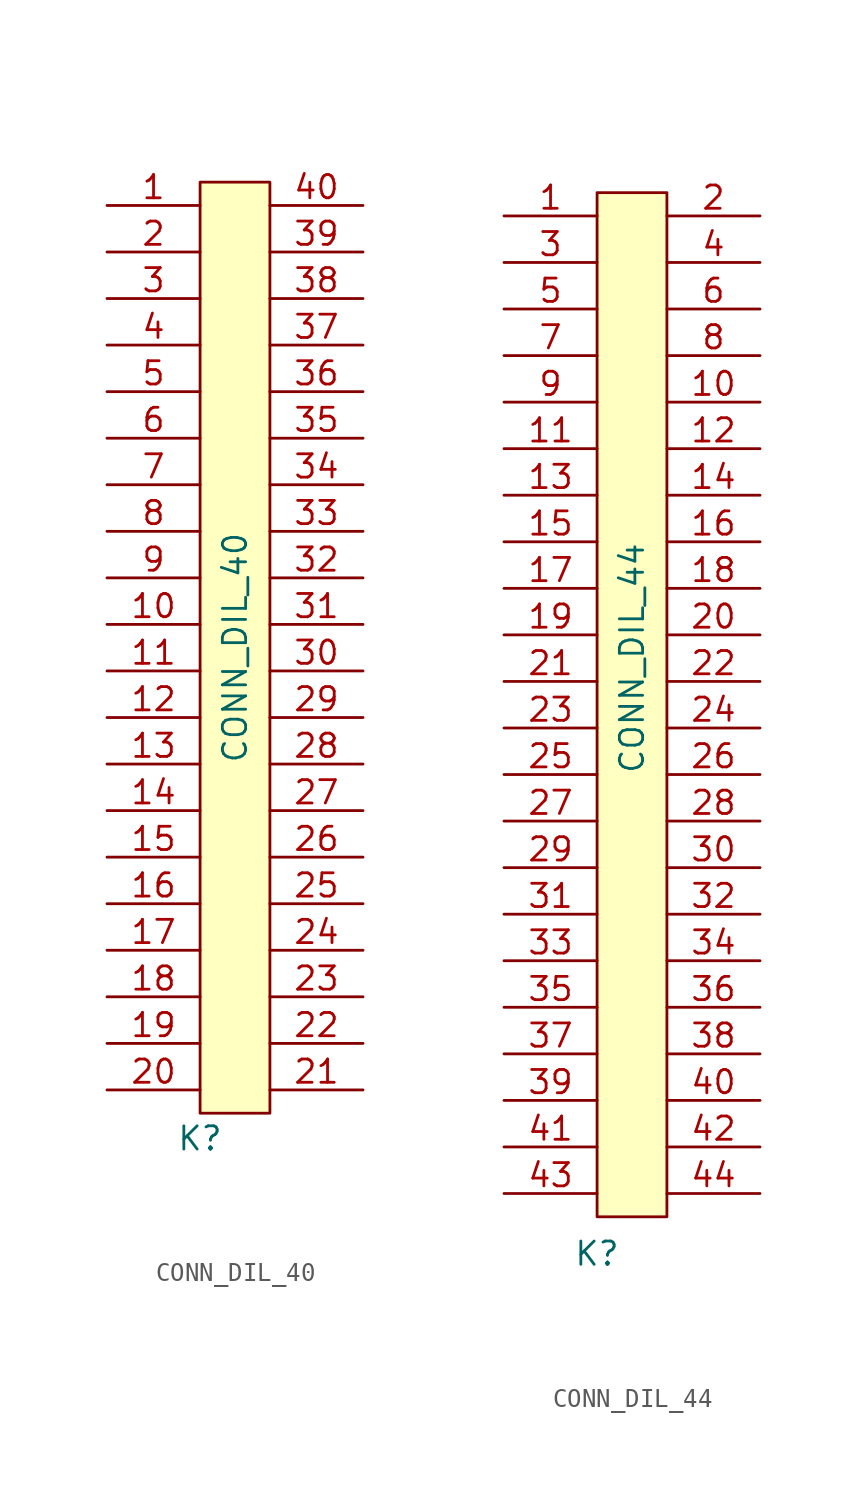
<source format=kicad_sym>
(kicad_symbol_lib
  (version 20211014)
  (generator kicad_symbol_editor)
  (symbol "CONN_DIL_40"
    (pin_names
      (offset 1.016) hide)
    (property "Reference" "K"
      (at 1.27 -50.165 0)
      (effects (font (size 1.27 1.27)) (justify right top)))
    (property "Value" "CONN_DIL_40"
      (at 1.905 -24.13 90)
      (effects (font (size 1.27 1.27))))
    (symbol "CONN_DIL_40_0_1"
      (rectangle (start 0 1.27) (end 3.81 -49.53) (stroke (width 0) (type default) (color 0 0 0 0)) (fill (type background))))
    (symbol "CONN_DIL_40_1_1"
      (pin passive line (at -5.08 0 0) (length 5.08) (name "~" (effects (font (size 1.27 1.27)))) (number "1" (effects (font (size 1.27 1.27)))))
      (pin passive line (at -5.08 -22.86 0) (length 5.08) (name "~" (effects (font (size 1.27 1.27)))) (number "10" (effects (font (size 1.27 1.27)))))
      (pin passive line (at -5.08 -25.4 0) (length 5.08) (name "~" (effects (font (size 1.27 1.27)))) (number "11" (effects (font (size 1.27 1.27)))))
      (pin passive line (at -5.08 -27.94 0) (length 5.08) (name "~" (effects (font (size 1.27 1.27)))) (number "12" (effects (font (size 1.27 1.27)))))
      (pin passive line (at -5.08 -30.48 0) (length 5.08) (name "~" (effects (font (size 1.27 1.27)))) (number "13" (effects (font (size 1.27 1.27)))))
      (pin passive line (at -5.08 -33.02 0) (length 5.08) (name "~" (effects (font (size 1.27 1.27)))) (number "14" (effects (font (size 1.27 1.27)))))
      (pin passive line (at -5.08 -35.56 0) (length 5.08) (name "~" (effects (font (size 1.27 1.27)))) (number "15" (effects (font (size 1.27 1.27)))))
      (pin passive line (at -5.08 -38.1 0) (length 5.08) (name "~" (effects (font (size 1.27 1.27)))) (number "16" (effects (font (size 1.27 1.27)))))
      (pin passive line (at -5.08 -40.64 0) (length 5.08) (name "~" (effects (font (size 1.27 1.27)))) (number "17" (effects (font (size 1.27 1.27)))))
      (pin passive line (at -5.08 -43.18 0) (length 5.08) (name "~" (effects (font (size 1.27 1.27)))) (number "18" (effects (font (size 1.27 1.27)))))
      (pin passive line (at -5.08 -45.72 0) (length 5.08) (name "~" (effects (font (size 1.27 1.27)))) (number "19" (effects (font (size 1.27 1.27)))))
      (pin passive line (at -5.08 -2.54 0) (length 5.08) (name "~" (effects (font (size 1.27 1.27)))) (number "2" (effects (font (size 1.27 1.27)))))
      (pin passive line (at -5.08 -48.26 0) (length 5.08) (name "~" (effects (font (size 1.27 1.27)))) (number "20" (effects (font (size 1.27 1.27)))))
      (pin passive line (at 8.89 -48.26 180) (length 5.08) (name "~" (effects (font (size 1.27 1.27)))) (number "21" (effects (font (size 1.27 1.27)))))
      (pin passive line (at 8.89 -45.72 180) (length 5.08) (name "~" (effects (font (size 1.27 1.27)))) (number "22" (effects (font (size 1.27 1.27)))))
      (pin passive line (at 8.89 -43.18 180) (length 5.08) (name "~" (effects (font (size 1.27 1.27)))) (number "23" (effects (font (size 1.27 1.27)))))
      (pin passive line (at 8.89 -40.64 180) (length 5.08) (name "~" (effects (font (size 1.27 1.27)))) (number "24" (effects (font (size 1.27 1.27)))))
      (pin passive line (at 8.89 -38.1 180) (length 5.08) (name "~" (effects (font (size 1.27 1.27)))) (number "25" (effects (font (size 1.27 1.27)))))
      (pin passive line (at 8.89 -35.56 180) (length 5.08) (name "~" (effects (font (size 1.27 1.27)))) (number "26" (effects (font (size 1.27 1.27)))))
      (pin passive line (at 8.89 -33.02 180) (length 5.08) (name "~" (effects (font (size 1.27 1.27)))) (number "27" (effects (font (size 1.27 1.27)))))
      (pin passive line (at 8.89 -30.48 180) (length 5.08) (name "~" (effects (font (size 1.27 1.27)))) (number "28" (effects (font (size 1.27 1.27)))))
      (pin passive line (at 8.89 -27.94 180) (length 5.08) (name "~" (effects (font (size 1.27 1.27)))) (number "29" (effects (font (size 1.27 1.27)))))
      (pin passive line (at -5.08 -5.08 0) (length 5.08) (name "~" (effects (font (size 1.27 1.27)))) (number "3" (effects (font (size 1.27 1.27)))))
      (pin passive line (at 8.89 -25.4 180) (length 5.08) (name "~" (effects (font (size 1.27 1.27)))) (number "30" (effects (font (size 1.27 1.27)))))
      (pin passive line (at 8.89 -22.86 180) (length 5.08) (name "~" (effects (font (size 1.27 1.27)))) (number "31" (effects (font (size 1.27 1.27)))))
      (pin passive line (at 8.89 -20.32 180) (length 5.08) (name "~" (effects (font (size 1.27 1.27)))) (number "32" (effects (font (size 1.27 1.27)))))
      (pin passive line (at 8.89 -17.78 180) (length 5.08) (name "~" (effects (font (size 1.27 1.27)))) (number "33" (effects (font (size 1.27 1.27)))))
      (pin passive line (at 8.89 -15.24 180) (length 5.08) (name "~" (effects (font (size 1.27 1.27)))) (number "34" (effects (font (size 1.27 1.27)))))
      (pin passive line (at 8.89 -12.7 180) (length 5.08) (name "~" (effects (font (size 1.27 1.27)))) (number "35" (effects (font (size 1.27 1.27)))))
      (pin passive line (at 8.89 -10.16 180) (length 5.08) (name "~" (effects (font (size 1.27 1.27)))) (number "36" (effects (font (size 1.27 1.27)))))
      (pin passive line (at 8.89 -7.62 180) (length 5.08) (name "~" (effects (font (size 1.27 1.27)))) (number "37" (effects (font (size 1.27 1.27)))))
      (pin passive line (at 8.89 -5.08 180) (length 5.08) (name "~" (effects (font (size 1.27 1.27)))) (number "38" (effects (font (size 1.27 1.27)))))
      (pin passive line (at 8.89 -2.54 180) (length 5.08) (name "~" (effects (font (size 1.27 1.27)))) (number "39" (effects (font (size 1.27 1.27)))))
      (pin passive line (at -5.08 -7.62 0) (length 5.08) (name "~" (effects (font (size 1.27 1.27)))) (number "4" (effects (font (size 1.27 1.27)))))
      (pin passive line (at 8.89 0 180) (length 5.08) (name "~" (effects (font (size 1.27 1.27)))) (number "40" (effects (font (size 1.27 1.27)))))
      (pin passive line (at -5.08 -10.16 0) (length 5.08) (name "~" (effects (font (size 1.27 1.27)))) (number "5" (effects (font (size 1.27 1.27)))))
      (pin passive line (at -5.08 -12.7 0) (length 5.08) (name "~" (effects (font (size 1.27 1.27)))) (number "6" (effects (font (size 1.27 1.27)))))
      (pin passive line (at -5.08 -15.24 0) (length 5.08) (name "~" (effects (font (size 1.27 1.27)))) (number "7" (effects (font (size 1.27 1.27)))))
      (pin passive line (at -5.08 -17.78 0) (length 5.08) (name "~" (effects (font (size 1.27 1.27)))) (number "8" (effects (font (size 1.27 1.27)))))
      (pin passive line (at -5.08 -20.32 0) (length 5.08) (name "~" (effects (font (size 1.27 1.27)))) (number "9" (effects (font (size 1.27 1.27)))))))
  (symbol "CONN_DIL_44"
    (pin_names
      (offset 1.016) hide)
    (property "Reference" "K"
      (at 1.27 -55.88 0)
      (effects (font (size 1.27 1.27)) (justify right top)))
    (property "Value" "CONN_DIL_44"
      (at 1.905 -24.13 90)
      (effects (font (size 1.27 1.27))))
    (symbol "CONN_DIL_44_0_1"
      (rectangle (start 0 1.27) (end 3.81 -54.61) (stroke (width 0) (type default) (color 0 0 0 0)) (fill (type background))))
    (symbol "CONN_DIL_44_1_1"
      (pin passive line (at -5.08 0 0) (length 5.08) (name "~" (effects (font (size 1.27 1.27)))) (number "1" (effects (font (size 1.27 1.27)))))
      (pin passive line (at 8.89 -10.16 180) (length 5.08) (name "~" (effects (font (size 1.27 1.27)))) (number "10" (effects (font (size 1.27 1.27)))))
      (pin passive line (at -5.08 -12.7 0) (length 5.08) (name "~" (effects (font (size 1.27 1.27)))) (number "11" (effects (font (size 1.27 1.27)))))
      (pin passive line (at 8.89 -12.7 180) (length 5.08) (name "~" (effects (font (size 1.27 1.27)))) (number "12" (effects (font (size 1.27 1.27)))))
      (pin passive line (at -5.08 -15.24 0) (length 5.08) (name "~" (effects (font (size 1.27 1.27)))) (number "13" (effects (font (size 1.27 1.27)))))
      (pin passive line (at 8.89 -15.24 180) (length 5.08) (name "~" (effects (font (size 1.27 1.27)))) (number "14" (effects (font (size 1.27 1.27)))))
      (pin passive line (at -5.08 -17.78 0) (length 5.08) (name "~" (effects (font (size 1.27 1.27)))) (number "15" (effects (font (size 1.27 1.27)))))
      (pin passive line (at 8.89 -17.78 180) (length 5.08) (name "~" (effects (font (size 1.27 1.27)))) (number "16" (effects (font (size 1.27 1.27)))))
      (pin passive line (at -5.08 -20.32 0) (length 5.08) (name "~" (effects (font (size 1.27 1.27)))) (number "17" (effects (font (size 1.27 1.27)))))
      (pin passive line (at 8.89 -20.32 180) (length 5.08) (name "~" (effects (font (size 1.27 1.27)))) (number "18" (effects (font (size 1.27 1.27)))))
      (pin passive line (at -5.08 -22.86 0) (length 5.08) (name "~" (effects (font (size 1.27 1.27)))) (number "19" (effects (font (size 1.27 1.27)))))
      (pin input line (at 8.89 0 180) (length 5.08) (name "~" (effects (font (size 1.27 1.27)))) (number "2" (effects (font (size 1.27 1.27)))))
      (pin passive line (at 8.89 -22.86 180) (length 5.08) (name "~" (effects (font (size 1.27 1.27)))) (number "20" (effects (font (size 1.27 1.27)))))
      (pin passive line (at -5.08 -25.4 0) (length 5.08) (name "~" (effects (font (size 1.27 1.27)))) (number "21" (effects (font (size 1.27 1.27)))))
      (pin passive line (at 8.89 -25.4 180) (length 5.08) (name "~" (effects (font (size 1.27 1.27)))) (number "22" (effects (font (size 1.27 1.27)))))
      (pin passive line (at -5.08 -27.94 0) (length 5.08) (name "~" (effects (font (size 1.27 1.27)))) (number "23" (effects (font (size 1.27 1.27)))))
      (pin passive line (at 8.89 -27.94 180) (length 5.08) (name "~" (effects (font (size 1.27 1.27)))) (number "24" (effects (font (size 1.27 1.27)))))
      (pin passive line (at -5.08 -30.48 0) (length 5.08) (name "~" (effects (font (size 1.27 1.27)))) (number "25" (effects (font (size 1.27 1.27)))))
      (pin passive line (at 8.89 -30.48 180) (length 5.08) (name "~" (effects (font (size 1.27 1.27)))) (number "26" (effects (font (size 1.27 1.27)))))
      (pin passive line (at -5.08 -33.02 0) (length 5.08) (name "~" (effects (font (size 1.27 1.27)))) (number "27" (effects (font (size 1.27 1.27)))))
      (pin passive line (at 8.89 -33.02 180) (length 5.08) (name "~" (effects (font (size 1.27 1.27)))) (number "28" (effects (font (size 1.27 1.27)))))
      (pin passive line (at -5.08 -35.56 0) (length 5.08) (name "~" (effects (font (size 1.27 1.27)))) (number "29" (effects (font (size 1.27 1.27)))))
      (pin passive line (at -5.08 -2.54 0) (length 5.08) (name "~" (effects (font (size 1.27 1.27)))) (number "3" (effects (font (size 1.27 1.27)))))
      (pin passive line (at 8.89 -35.56 180) (length 5.08) (name "~" (effects (font (size 1.27 1.27)))) (number "30" (effects (font (size 1.27 1.27)))))
      (pin passive line (at -5.08 -38.1 0) (length 5.08) (name "~" (effects (font (size 1.27 1.27)))) (number "31" (effects (font (size 1.27 1.27)))))
      (pin passive line (at 8.89 -38.1 180) (length 5.08) (name "~" (effects (font (size 1.27 1.27)))) (number "32" (effects (font (size 1.27 1.27)))))
      (pin passive line (at -5.08 -40.64 0) (length 5.08) (name "~" (effects (font (size 1.27 1.27)))) (number "33" (effects (font (size 1.27 1.27)))))
      (pin passive line (at 8.89 -40.64 180) (length 5.08) (name "~" (effects (font (size 1.27 1.27)))) (number "34" (effects (font (size 1.27 1.27)))))
      (pin passive line (at -5.08 -43.18 0) (length 5.08) (name "~" (effects (font (size 1.27 1.27)))) (number "35" (effects (font (size 1.27 1.27)))))
      (pin passive line (at 8.89 -43.18 180) (length 5.08) (name "~" (effects (font (size 1.27 1.27)))) (number "36" (effects (font (size 1.27 1.27)))))
      (pin passive line (at -5.08 -45.72 0) (length 5.08) (name "~" (effects (font (size 1.27 1.27)))) (number "37" (effects (font (size 1.27 1.27)))))
      (pin passive line (at 8.89 -45.72 180) (length 5.08) (name "~" (effects (font (size 1.27 1.27)))) (number "38" (effects (font (size 1.27 1.27)))))
      (pin passive line (at -5.08 -48.26 0) (length 5.08) (name "~" (effects (font (size 1.27 1.27)))) (number "39" (effects (font (size 1.27 1.27)))))
      (pin input line (at 8.89 -2.54 180) (length 5.08) (name "~" (effects (font (size 1.27 1.27)))) (number "4" (effects (font (size 1.27 1.27)))))
      (pin passive line (at 8.89 -48.26 180) (length 5.08) (name "~" (effects (font (size 1.27 1.27)))) (number "40" (effects (font (size 1.27 1.27)))))
      (pin passive line (at -5.08 -50.8 0) (length 5.08) (name "~" (effects (font (size 1.27 1.27)))) (number "41" (effects (font (size 1.27 1.27)))))
      (pin passive line (at 8.89 -50.8 180) (length 5.08) (name "~" (effects (font (size 1.27 1.27)))) (number "42" (effects (font (size 1.27 1.27)))))
      (pin passive line (at -5.08 -53.34 0) (length 5.08) (name "~" (effects (font (size 1.27 1.27)))) (number "43" (effects (font (size 1.27 1.27)))))
      (pin passive line (at 8.89 -53.34 180) (length 5.08) (name "~" (effects (font (size 1.27 1.27)))) (number "44" (effects (font (size 1.27 1.27)))))
      (pin passive line (at -5.08 -5.08 0) (length 5.08) (name "~" (effects (font (size 1.27 1.27)))) (number "5" (effects (font (size 1.27 1.27)))))
      (pin input line (at 8.89 -5.08 180) (length 5.08) (name "~" (effects (font (size 1.27 1.27)))) (number "6" (effects (font (size 1.27 1.27)))))
      (pin passive line (at -5.08 -7.62 0) (length 5.08) (name "~" (effects (font (size 1.27 1.27)))) (number "7" (effects (font (size 1.27 1.27)))))
      (pin input line (at 8.89 -7.62 180) (length 5.08) (name "~" (effects (font (size 1.27 1.27)))) (number "8" (effects (font (size 1.27 1.27)))))
      (pin passive line (at -5.08 -10.16 0) (length 5.08) (name "~" (effects (font (size 1.27 1.27)))) (number "9" (effects (font (size 1.27 1.27))))))))
</source>
